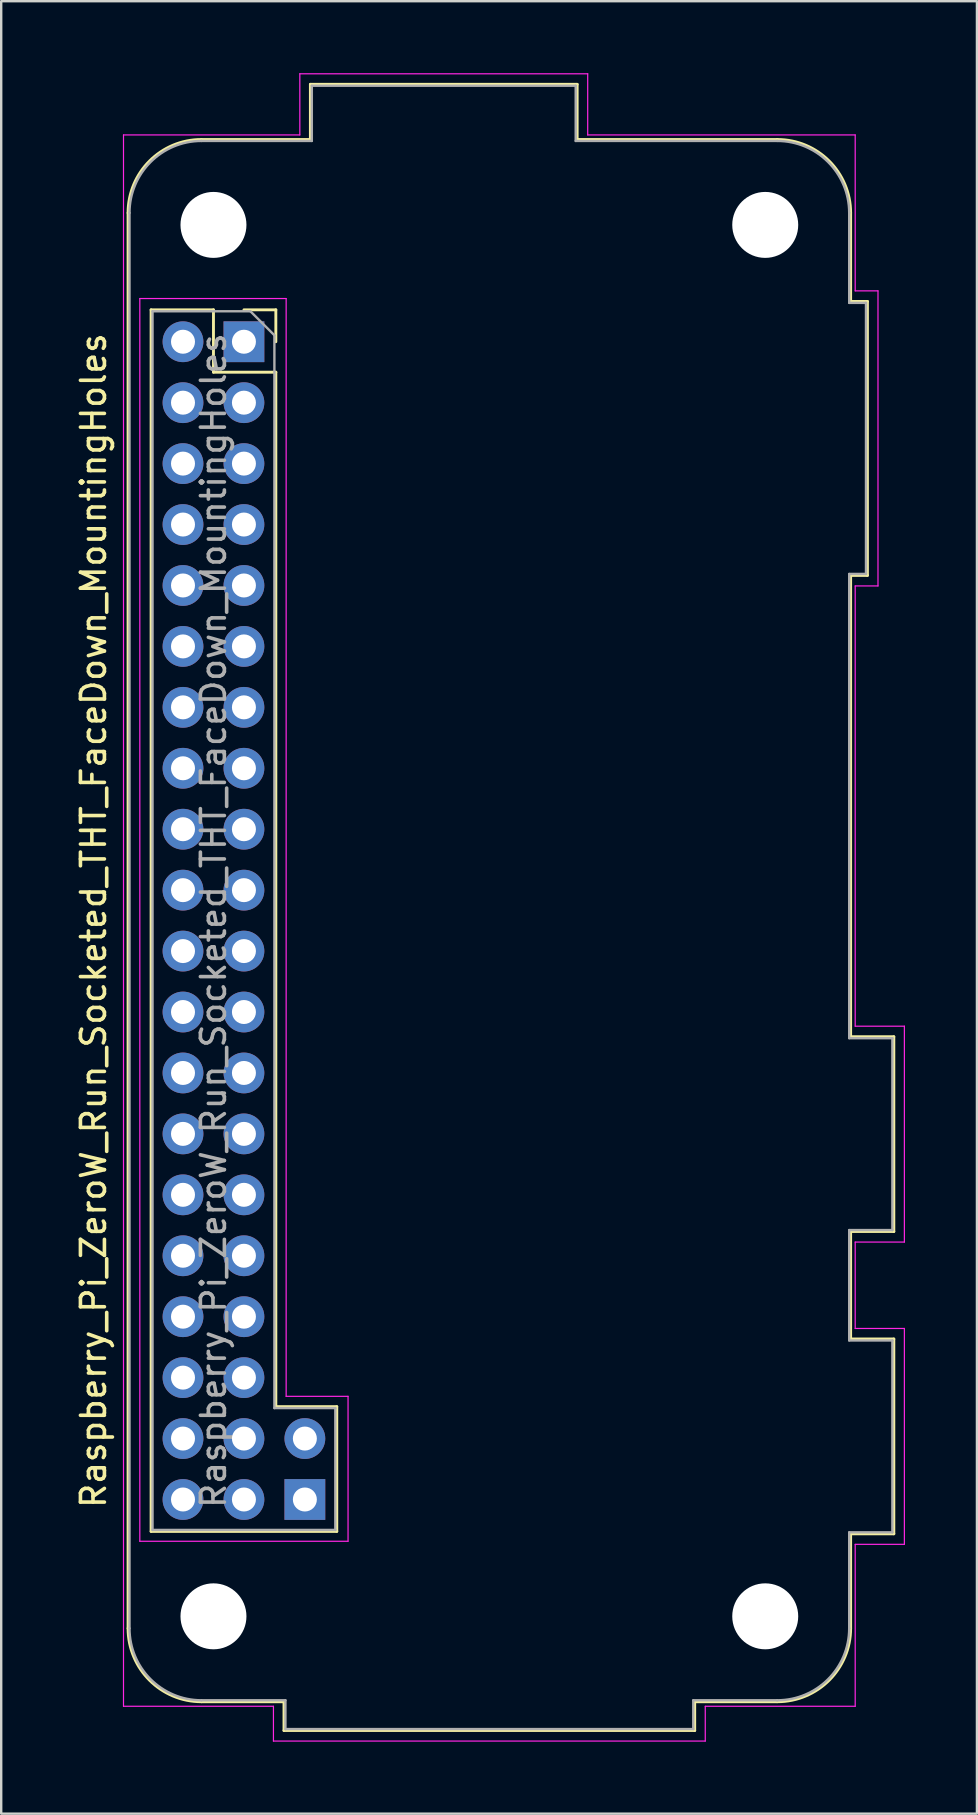
<source format=kicad_pcb>
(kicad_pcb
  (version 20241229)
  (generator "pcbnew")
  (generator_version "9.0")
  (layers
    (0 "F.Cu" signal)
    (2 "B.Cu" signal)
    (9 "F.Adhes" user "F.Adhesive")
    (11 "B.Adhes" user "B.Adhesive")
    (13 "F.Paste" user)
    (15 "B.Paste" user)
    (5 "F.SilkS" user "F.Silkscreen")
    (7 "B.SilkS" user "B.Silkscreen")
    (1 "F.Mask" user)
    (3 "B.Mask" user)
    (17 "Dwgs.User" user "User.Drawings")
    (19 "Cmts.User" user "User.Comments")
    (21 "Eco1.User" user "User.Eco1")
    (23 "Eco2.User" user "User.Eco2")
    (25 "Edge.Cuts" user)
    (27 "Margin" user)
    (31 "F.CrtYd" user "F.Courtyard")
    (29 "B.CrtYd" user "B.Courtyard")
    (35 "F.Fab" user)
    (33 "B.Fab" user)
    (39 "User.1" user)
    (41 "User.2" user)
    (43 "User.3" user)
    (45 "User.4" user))
  (footprint "Raspberry_Pi_ZeroW_Run_Socketed_THT_FaceDown_MountingHoles"
    (layer "F.Cu")
    (at 7.118 11.195)
    (property "Reference" "Raspberry_Pi_ZeroW_Run_Socketed_THT_FaceDown_MountingHoles" (at -6.27 24.13 90) (layer "F.SilkS") (effects (font (size 1 1) (thickness 0.15))))
    (attr through_hole)
    (fp_line (start -4.83 53.63) (end -4.83 -5.37) (stroke (width 0.12) (type solid)) (layer "F.SilkS"))
    (fp_line (start -3.87 -1.33) (end -3.87 49.59) (stroke (width 0.12) (type solid)) (layer "F.SilkS"))
    (fp_line (start -3.87 -1.33) (end -1.27 -1.33) (stroke (width 0.12) (type solid)) (layer "F.SilkS"))
    (fp_line (start -3.87 49.59) (end 3.87 49.59) (stroke (width 0.12) (type solid)) (layer "F.SilkS"))
    (fp_line (start -1.77 -8.43) (end 2.77 -8.43) (stroke (width 0.12) (type solid)) (layer "F.SilkS"))
    (fp_line (start -1.27 -1.33) (end -1.27 1.27) (stroke (width 0.12) (type solid)) (layer "F.SilkS"))
    (fp_line (start -1.27 1.27) (end 1.33 1.27) (stroke (width 0.12) (type solid)) (layer "F.SilkS"))
    (fp_line (start 0 -1.33) (end 1.33 -1.33) (stroke (width 0.12) (type solid)) (layer "F.SilkS"))
    (fp_line (start 1.33 -1.33) (end 1.33 0) (stroke (width 0.12) (type solid)) (layer "F.SilkS"))
    (fp_line (start 1.33 1.27) (end 1.33 44.39) (stroke (width 0.12) (type solid)) (layer "F.SilkS"))
    (fp_line (start 1.67 56.69) (end -1.77 56.69) (stroke (width 0.12) (type solid)) (layer "F.SilkS"))
    (fp_line (start 1.67 56.69) (end 1.67 57.89) (stroke (width 0.12) (type solid)) (layer "F.SilkS"))
    (fp_line (start 1.67 57.89) (end 18.79 57.89) (stroke (width 0.12) (type solid)) (layer "F.SilkS"))
    (fp_line (start 2.77 -8.43) (end 2.77 -10.73) (stroke (width 0.12) (type solid)) (layer "F.SilkS"))
    (fp_line (start 3.87 44.39) (end 1.33 44.39) (stroke (width 0.12) (type solid)) (layer "F.SilkS"))
    (fp_line (start 3.87 49.59) (end 3.87 44.39) (stroke (width 0.12) (type solid)) (layer "F.SilkS"))
    (fp_line (start 13.89 -10.73) (end 2.77 -10.73) (stroke (width 0.12) (type solid)) (layer "F.SilkS"))
    (fp_line (start 13.89 -8.43) (end 13.89 -10.73) (stroke (width 0.12) (type solid)) (layer "F.SilkS"))
    (fp_line (start 18.79 56.69) (end 22.23 56.69) (stroke (width 0.12) (type solid)) (layer "F.SilkS"))
    (fp_line (start 18.79 57.89) (end 18.79 56.69) (stroke (width 0.12) (type solid)) (layer "F.SilkS"))
    (fp_line (start 22.23 -8.43) (end 13.89 -8.43) (stroke (width 0.12) (type solid)) (layer "F.SilkS"))
    (fp_line (start 25.29 -1.68) (end 25.29 -5.37) (stroke (width 0.12) (type solid)) (layer "F.SilkS"))
    (fp_line (start 25.29 9.74) (end 25.99 9.74) (stroke (width 0.12) (type solid)) (layer "F.SilkS"))
    (fp_line (start 25.29 28.97) (end 25.29 9.74) (stroke (width 0.12) (type solid)) (layer "F.SilkS"))
    (fp_line (start 25.29 37.09) (end 27.09 37.09) (stroke (width 0.12) (type solid)) (layer "F.SilkS"))
    (fp_line (start 25.29 41.57) (end 25.29 37.09) (stroke (width 0.12) (type solid)) (layer "F.SilkS"))
    (fp_line (start 25.29 49.69) (end 27.09 49.69) (stroke (width 0.12) (type solid)) (layer "F.SilkS"))
    (fp_line (start 25.29 53.63) (end 25.29 49.69) (stroke (width 0.12) (type solid)) (layer "F.SilkS"))
    (fp_line (start 25.99 -1.68) (end 25.29 -1.68) (stroke (width 0.12) (type solid)) (layer "F.SilkS"))
    (fp_line (start 25.99 9.74) (end 25.99 -1.68) (stroke (width 0.12) (type solid)) (layer "F.SilkS"))
    (fp_line (start 27.09 28.97) (end 25.29 28.97) (stroke (width 0.12) (type solid)) (layer "F.SilkS"))
    (fp_line (start 27.09 37.09) (end 27.09 28.97) (stroke (width 0.12) (type solid)) (layer "F.SilkS"))
    (fp_line (start 27.09 41.57) (end 25.29 41.57) (stroke (width 0.12) (type solid)) (layer "F.SilkS"))
    (fp_line (start 27.09 49.69) (end 27.09 41.57) (stroke (width 0.12) (type solid)) (layer "F.SilkS"))
    (fp_arc (start -4.83 -5.37) (mid -3.933747 -7.533747) (end -1.77 -8.43) (stroke (width 0.12) (type solid)) (layer "F.SilkS"))
    (fp_arc (start -1.77 56.69) (mid -3.933747 55.793747) (end -4.83 53.63) (stroke (width 0.12) (type solid)) (layer "F.SilkS"))
    (fp_arc (start 22.23 -8.43) (mid 24.393747 -7.533747) (end 25.29 -5.37) (stroke (width 0.12) (type solid)) (layer "F.SilkS"))
    (fp_arc (start 25.29 53.63) (mid 24.393747 55.793747) (end 22.23 56.69) (stroke (width 0.12) (type solid)) (layer "F.SilkS"))
    (fp_line (start -5.02 -8.62) (end 2.33 -8.62) (stroke (width 0.05) (type solid)) (layer "F.CrtYd"))
    (fp_line (start -5.02 56.88) (end -5.02 -8.62) (stroke (width 0.05) (type solid)) (layer "F.CrtYd"))
    (fp_line (start -5.02 56.88) (end 1.23 56.88) (stroke (width 0.05) (type solid)) (layer "F.CrtYd"))
    (fp_line (start -4.34 -1.8) (end 1.76 -1.8) (stroke (width 0.05) (type solid)) (layer "F.CrtYd"))
    (fp_line (start -4.34 50) (end -4.34 -1.8) (stroke (width 0.05) (type solid)) (layer "F.CrtYd"))
    (fp_line (start 1.23 58.33) (end 1.23 56.88) (stroke (width 0.05) (type solid)) (layer "F.CrtYd"))
    (fp_line (start 1.76 -1.8) (end 1.76 43.96) (stroke (width 0.05) (type solid)) (layer "F.CrtYd"))
    (fp_line (start 1.76 43.96) (end 4.34 43.96) (stroke (width 0.05) (type solid)) (layer "F.CrtYd"))
    (fp_line (start 2.33 -8.62) (end 2.33 -11.17) (stroke (width 0.05) (type solid)) (layer "F.CrtYd"))
    (fp_line (start 4.34 43.96) (end 4.34 50) (stroke (width 0.05) (type solid)) (layer "F.CrtYd"))
    (fp_line (start 4.34 50) (end -4.34 50) (stroke (width 0.05) (type solid)) (layer "F.CrtYd"))
    (fp_line (start 14.33 -11.17) (end 2.33 -11.17) (stroke (width 0.05) (type solid)) (layer "F.CrtYd"))
    (fp_line (start 14.33 -8.62) (end 14.33 -11.17) (stroke (width 0.05) (type solid)) (layer "F.CrtYd"))
    (fp_line (start 19.23 56.88) (end 25.48 56.88) (stroke (width 0.05) (type solid)) (layer "F.CrtYd"))
    (fp_line (start 19.23 58.33) (end 1.23 58.33) (stroke (width 0.05) (type solid)) (layer "F.CrtYd"))
    (fp_line (start 19.23 58.33) (end 19.23 56.88) (stroke (width 0.05) (type solid)) (layer "F.CrtYd"))
    (fp_line (start 25.48 -8.62) (end 14.33 -8.62) (stroke (width 0.05) (type solid)) (layer "F.CrtYd"))
    (fp_line (start 25.48 -2.12) (end 25.48 -8.62) (stroke (width 0.05) (type solid)) (layer "F.CrtYd"))
    (fp_line (start 25.48 28.53) (end 25.48 10.18) (stroke (width 0.05) (type solid)) (layer "F.CrtYd"))
    (fp_line (start 25.48 37.53) (end 25.48 41.13) (stroke (width 0.05) (type solid)) (layer "F.CrtYd"))
    (fp_line (start 25.48 50.13) (end 25.48 56.88) (stroke (width 0.05) (type solid)) (layer "F.CrtYd"))
    (fp_line (start 26.43 -2.12) (end 25.48 -2.12) (stroke (width 0.05) (type solid)) (layer "F.CrtYd"))
    (fp_line (start 26.43 -2.12) (end 26.43 10.18) (stroke (width 0.05) (type solid)) (layer "F.CrtYd"))
    (fp_line (start 26.43 10.18) (end 25.48 10.18) (stroke (width 0.05) (type solid)) (layer "F.CrtYd"))
    (fp_line (start 27.53 28.53) (end 25.48 28.53) (stroke (width 0.05) (type solid)) (layer "F.CrtYd"))
    (fp_line (start 27.53 37.53) (end 25.48 37.53) (stroke (width 0.05) (type solid)) (layer "F.CrtYd"))
    (fp_line (start 27.53 37.53) (end 27.53 28.53) (stroke (width 0.05) (type solid)) (layer "F.CrtYd"))
    (fp_line (start 27.53 41.13) (end 25.48 41.13) (stroke (width 0.05) (type solid)) (layer "F.CrtYd"))
    (fp_line (start 27.53 50.13) (end 25.48 50.13) (stroke (width 0.05) (type solid)) (layer "F.CrtYd"))
    (fp_line (start 27.53 50.13) (end 27.53 41.13) (stroke (width 0.05) (type solid)) (layer "F.CrtYd"))
    (fp_line (start -4.77 53.63) (end -4.77 -5.37) (stroke (width 0.1) (type solid)) (layer "F.Fab"))
    (fp_line (start -3.81 -1.27) (end 0.27 -1.27) (stroke (width 0.1) (type solid)) (layer "F.Fab"))
    (fp_line (start -3.81 49.53) (end -3.81 -1.27) (stroke (width 0.1) (type solid)) (layer "F.Fab"))
    (fp_line (start -1.77 -8.37) (end 2.83 -8.37) (stroke (width 0.1) (type solid)) (layer "F.Fab"))
    (fp_line (start -1.77 56.63) (end 1.73 56.63) (stroke (width 0.1) (type solid)) (layer "F.Fab"))
    (fp_line (start 0.27 -1.27) (end 1.27 -0.27) (stroke (width 0.1) (type solid)) (layer "F.Fab"))
    (fp_line (start 1.27 -0.27) (end 1.27 44.45) (stroke (width 0.1) (type solid)) (layer "F.Fab"))
    (fp_line (start 1.27 44.45) (end 3.81 44.45) (stroke (width 0.1) (type solid)) (layer "F.Fab"))
    (fp_line (start 1.73 56.63) (end 1.73 57.83) (stroke (width 0.1) (type solid)) (layer "F.Fab"))
    (fp_line (start 1.73 57.83) (end 18.73 57.83) (stroke (width 0.1) (type solid)) (layer "F.Fab"))
    (fp_line (start 2.83 -8.37) (end 2.83 -10.67) (stroke (width 0.1) (type solid)) (layer "F.Fab"))
    (fp_line (start 3.81 44.45) (end 3.81 49.53) (stroke (width 0.1) (type solid)) (layer "F.Fab"))
    (fp_line (start 3.81 49.53) (end -3.81 49.53) (stroke (width 0.1) (type solid)) (layer "F.Fab"))
    (fp_line (start 13.83 -10.67) (end 2.83 -10.67) (stroke (width 0.1) (type solid)) (layer "F.Fab"))
    (fp_line (start 13.83 -10.67) (end 13.83 -8.37) (stroke (width 0.1) (type solid)) (layer "F.Fab"))
    (fp_line (start 13.83 -8.37) (end 22.23 -8.37) (stroke (width 0.1) (type solid)) (layer "F.Fab"))
    (fp_line (start 18.73 56.63) (end 18.73 57.83) (stroke (width 0.1) (type solid)) (layer "F.Fab"))
    (fp_line (start 22.23 56.63) (end 18.73 56.63) (stroke (width 0.1) (type solid)) (layer "F.Fab"))
    (fp_line (start 25.23 -1.62) (end 25.23 -5.37) (stroke (width 0.1) (type solid)) (layer "F.Fab"))
    (fp_line (start 25.23 -1.62) (end 25.93 -1.62) (stroke (width 0.1) (type solid)) (layer "F.Fab"))
    (fp_line (start 25.23 9.68) (end 25.93 9.68) (stroke (width 0.1) (type solid)) (layer "F.Fab"))
    (fp_line (start 25.23 29.03) (end 25.23 9.68) (stroke (width 0.1) (type solid)) (layer "F.Fab"))
    (fp_line (start 25.23 37.03) (end 27.03 37.03) (stroke (width 0.1) (type solid)) (layer "F.Fab"))
    (fp_line (start 25.23 41.63) (end 25.23 37.03) (stroke (width 0.1) (type solid)) (layer "F.Fab"))
    (fp_line (start 25.23 49.63) (end 25.23 53.63) (stroke (width 0.1) (type solid)) (layer "F.Fab"))
    (fp_line (start 25.23 49.63) (end 27.03 49.63) (stroke (width 0.1) (type solid)) (layer "F.Fab"))
    (fp_line (start 25.93 9.68) (end 25.93 -1.62) (stroke (width 0.1) (type solid)) (layer "F.Fab"))
    (fp_line (start 27.03 29.03) (end 25.23 29.03) (stroke (width 0.1) (type solid)) (layer "F.Fab"))
    (fp_line (start 27.03 37.03) (end 27.03 29.03) (stroke (width 0.1) (type solid)) (layer "F.Fab"))
    (fp_line (start 27.03 41.63) (end 25.23 41.63) (stroke (width 0.1) (type solid)) (layer "F.Fab"))
    (fp_line (start 27.03 49.63) (end 27.03 41.63) (stroke (width 0.1) (type solid)) (layer "F.Fab"))
    (fp_arc (start -4.77 -5.37) (mid -3.89132 -7.49132) (end -1.77 -8.37) (stroke (width 0.1) (type solid)) (layer "F.Fab"))
    (fp_arc (start -1.77 56.63) (mid -3.89132 55.75132) (end -4.77 53.63) (stroke (width 0.1) (type solid)) (layer "F.Fab"))
    (fp_arc (start 22.23 -8.37) (mid 24.35132 -7.49132) (end 25.23 -5.37) (stroke (width 0.1) (type solid)) (layer "F.Fab"))
    (fp_arc (start 25.23 53.63) (mid 24.35132 55.75132) (end 22.23 56.63) (stroke (width 0.1) (type solid)) (layer "F.Fab"))
    (fp_text user "${REFERENCE}" (at -1.27 24.13 90) (layer "F.Fab") (effects (font (size 1 1) (thickness 0.15))))
    (pad "" np_thru_hole circle (at -1.27 -4.87 90) (size 2.75 2.75) (drill 2.75) (layers "*.Cu" "*.Mask"))
    (pad "" np_thru_hole circle (at -1.27 53.13 90) (size 2.75 2.75) (drill 2.75) (layers "*.Cu" "*.Mask"))
    (pad "" np_thru_hole circle (at 21.73 -4.87 90) (size 2.75 2.75) (drill 2.75) (layers "*.Cu" "*.Mask"))
    (pad "" np_thru_hole circle (at 21.73 53.13 90) (size 2.75 2.75) (drill 2.75) (layers "*.Cu" "*.Mask"))
    (pad "1" thru_hole rect (at 0 0) (size 1.7 1.7) (drill 1) (layers "*.Cu" "*.Mask"))
    (pad "2" thru_hole oval (at -2.54 0) (size 1.7 1.7) (drill 1) (layers "*.Cu" "*.Mask"))
    (pad "3" thru_hole oval (at 0 2.54) (size 1.7 1.7) (drill 1) (layers "*.Cu" "*.Mask"))
    (pad "4" thru_hole oval (at -2.54 2.54) (size 1.7 1.7) (drill 1) (layers "*.Cu" "*.Mask"))
    (pad "5" thru_hole oval (at 0 5.08) (size 1.7 1.7) (drill 1) (layers "*.Cu" "*.Mask"))
    (pad "6" thru_hole oval (at -2.54 5.08) (size 1.7 1.7) (drill 1) (layers "*.Cu" "*.Mask"))
    (pad "7" thru_hole oval (at 0 7.62) (size 1.7 1.7) (drill 1) (layers "*.Cu" "*.Mask"))
    (pad "8" thru_hole oval (at -2.54 7.62) (size 1.7 1.7) (drill 1) (layers "*.Cu" "*.Mask"))
    (pad "9" thru_hole oval (at 0 10.16) (size 1.7 1.7) (drill 1) (layers "*.Cu" "*.Mask"))
    (pad "10" thru_hole oval (at -2.54 10.16) (size 1.7 1.7) (drill 1) (layers "*.Cu" "*.Mask"))
    (pad "11" thru_hole oval (at 0 12.7) (size 1.7 1.7) (drill 1) (layers "*.Cu" "*.Mask"))
    (pad "12" thru_hole oval (at -2.54 12.7) (size 1.7 1.7) (drill 1) (layers "*.Cu" "*.Mask"))
    (pad "13" thru_hole oval (at 0 15.24) (size 1.7 1.7) (drill 1) (layers "*.Cu" "*.Mask"))
    (pad "14" thru_hole oval (at -2.54 15.24) (size 1.7 1.7) (drill 1) (layers "*.Cu" "*.Mask"))
    (pad "15" thru_hole oval (at 0 17.78) (size 1.7 1.7) (drill 1) (layers "*.Cu" "*.Mask"))
    (pad "16" thru_hole oval (at -2.54 17.78) (size 1.7 1.7) (drill 1) (layers "*.Cu" "*.Mask"))
    (pad "17" thru_hole oval (at 0 20.32) (size 1.7 1.7) (drill 1) (layers "*.Cu" "*.Mask"))
    (pad "18" thru_hole oval (at -2.54 20.32) (size 1.7 1.7) (drill 1) (layers "*.Cu" "*.Mask"))
    (pad "19" thru_hole oval (at 0 22.86) (size 1.7 1.7) (drill 1) (layers "*.Cu" "*.Mask"))
    (pad "20" thru_hole oval (at -2.54 22.86) (size 1.7 1.7) (drill 1) (layers "*.Cu" "*.Mask"))
    (pad "21" thru_hole oval (at 0 25.4) (size 1.7 1.7) (drill 1) (layers "*.Cu" "*.Mask"))
    (pad "22" thru_hole oval (at -2.54 25.4) (size 1.7 1.7) (drill 1) (layers "*.Cu" "*.Mask"))
    (pad "23" thru_hole oval (at 0 27.94) (size 1.7 1.7) (drill 1) (layers "*.Cu" "*.Mask"))
    (pad "24" thru_hole oval (at -2.54 27.94) (size 1.7 1.7) (drill 1) (layers "*.Cu" "*.Mask"))
    (pad "25" thru_hole oval (at 0 30.48) (size 1.7 1.7) (drill 1) (layers "*.Cu" "*.Mask"))
    (pad "26" thru_hole oval (at -2.54 30.48) (size 1.7 1.7) (drill 1) (layers "*.Cu" "*.Mask"))
    (pad "27" thru_hole oval (at 0 33.02) (size 1.7 1.7) (drill 1) (layers "*.Cu" "*.Mask"))
    (pad "28" thru_hole oval (at -2.54 33.02) (size 1.7 1.7) (drill 1) (layers "*.Cu" "*.Mask"))
    (pad "29" thru_hole oval (at 0 35.56) (size 1.7 1.7) (drill 1) (layers "*.Cu" "*.Mask"))
    (pad "30" thru_hole oval (at -2.54 35.56) (size 1.7 1.7) (drill 1) (layers "*.Cu" "*.Mask"))
    (pad "31" thru_hole oval (at 0 38.1) (size 1.7 1.7) (drill 1) (layers "*.Cu" "*.Mask"))
    (pad "32" thru_hole oval (at -2.54 38.1) (size 1.7 1.7) (drill 1) (layers "*.Cu" "*.Mask"))
    (pad "33" thru_hole oval (at 0 40.64) (size 1.7 1.7) (drill 1) (layers "*.Cu" "*.Mask"))
    (pad "34" thru_hole oval (at -2.54 40.64) (size 1.7 1.7) (drill 1) (layers "*.Cu" "*.Mask"))
    (pad "35" thru_hole oval (at 0 43.18) (size 1.7 1.7) (drill 1) (layers "*.Cu" "*.Mask"))
    (pad "36" thru_hole oval (at -2.54 43.18) (size 1.7 1.7) (drill 1) (layers "*.Cu" "*.Mask"))
    (pad "37" thru_hole oval (at 0 45.72) (size 1.7 1.7) (drill 1) (layers "*.Cu" "*.Mask"))
    (pad "38" thru_hole oval (at -2.54 45.72) (size 1.7 1.7) (drill 1) (layers "*.Cu" "*.Mask"))
    (pad "39" thru_hole oval (at 0 48.26) (size 1.7 1.7) (drill 1) (layers "*.Cu" "*.Mask"))
    (pad "40" thru_hole oval (at -2.54 48.26) (size 1.7 1.7) (drill 1) (layers "*.Cu" "*.Mask"))
    (pad "41" thru_hole rect (at 2.54 48.26 180) (size 1.7 1.7) (drill 1) (layers "*.Cu" "*.Mask"))
    (pad "42" thru_hole oval (at 2.54 45.72 180) (size 1.7 1.7) (drill 1) (layers "*.Cu" "*.Mask")))
  (gr_rect
    (start -3 -3)
    (end 37.673 72.55)
    (stroke (width 0.1) (type default))
    (fill no)
    (layer "Edge.Cuts")))
</source>
